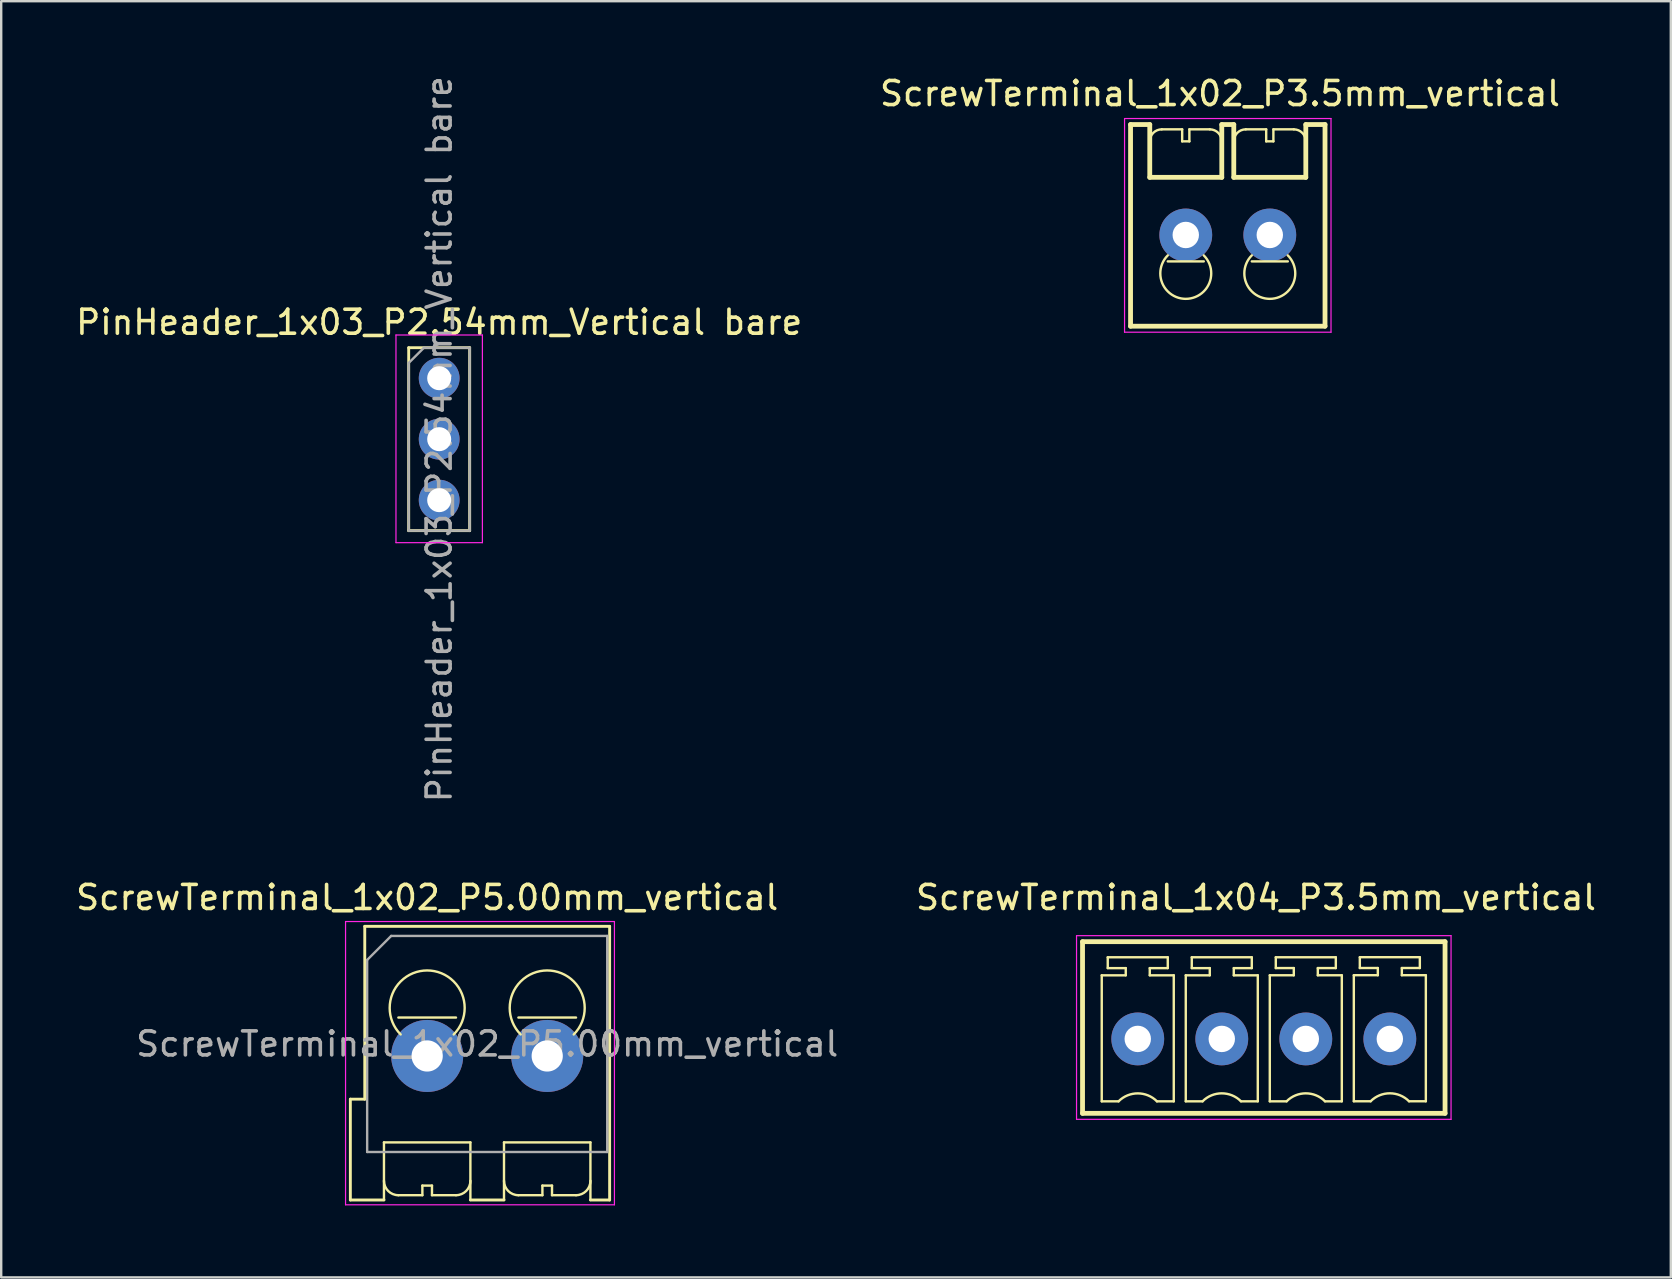
<source format=kicad_pcb>
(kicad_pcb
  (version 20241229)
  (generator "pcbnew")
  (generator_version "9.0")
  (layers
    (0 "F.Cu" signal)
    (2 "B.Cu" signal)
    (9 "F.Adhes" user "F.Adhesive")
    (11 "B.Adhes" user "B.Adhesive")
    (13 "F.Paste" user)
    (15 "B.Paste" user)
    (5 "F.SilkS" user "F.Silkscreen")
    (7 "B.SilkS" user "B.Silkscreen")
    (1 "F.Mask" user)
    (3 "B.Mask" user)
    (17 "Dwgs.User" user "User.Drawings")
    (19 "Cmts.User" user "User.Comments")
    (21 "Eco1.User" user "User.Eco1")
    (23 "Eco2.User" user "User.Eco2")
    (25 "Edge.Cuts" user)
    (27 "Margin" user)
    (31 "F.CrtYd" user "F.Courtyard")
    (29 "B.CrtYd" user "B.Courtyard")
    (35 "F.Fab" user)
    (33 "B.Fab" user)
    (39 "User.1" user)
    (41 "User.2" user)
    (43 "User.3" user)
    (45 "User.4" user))
  (footprint "PinHeader_1x03_P2.54mm_Vertical bare"
    (layer "F.Cu")
    (at 15.244 12.704)
    (property "Reference" "PinHeader_1x03_P2.54mm_Vertical bare" (at 0 -2.33 0) (layer "F.SilkS") (effects (font (size 1 1) (thickness 0.15))))
    (attr through_hole)
    (fp_line (start -1.27 -1.27) (end -1.27 6.35) (stroke (width 0.12) (type solid)) (layer "F.SilkS"))
    (fp_line (start -1.27 -1.27) (end 1.27 -1.27) (stroke (width 0.12) (type solid)) (layer "F.SilkS"))
    (fp_line (start -1.27 6.35) (end 1.27 6.35) (stroke (width 0.12) (type solid)) (layer "F.SilkS"))
    (fp_line (start 1.27 -1.27) (end 1.27 6.35) (stroke (width 0.12) (type solid)) (layer "F.SilkS"))
    (fp_line (start -1.8 -1.8) (end -1.8 6.85) (stroke (width 0.05) (type solid)) (layer "F.CrtYd"))
    (fp_line (start -1.8 6.85) (end 1.8 6.85) (stroke (width 0.05) (type solid)) (layer "F.CrtYd"))
    (fp_line (start 1.8 -1.8) (end -1.8 -1.8) (stroke (width 0.05) (type solid)) (layer "F.CrtYd"))
    (fp_line (start 1.8 6.85) (end 1.8 -1.8) (stroke (width 0.05) (type solid)) (layer "F.CrtYd"))
    (fp_line (start -1.27 -0.635) (end -0.635 -1.27) (stroke (width 0.1) (type solid)) (layer "F.Fab"))
    (fp_line (start -1.27 6.35) (end -1.27 -0.635) (stroke (width 0.1) (type solid)) (layer "F.Fab"))
    (fp_line (start -0.635 -1.27) (end 1.27 -1.27) (stroke (width 0.1) (type solid)) (layer "F.Fab"))
    (fp_line (start 1.27 -1.27) (end 1.27 6.35) (stroke (width 0.1) (type solid)) (layer "F.Fab"))
    (fp_line (start 1.27 6.35) (end -1.27 6.35) (stroke (width 0.1) (type solid)) (layer "F.Fab"))
    (fp_text user "${REFERENCE}" (at 0 2.54 90) (layer "F.Fab") (effects (font (size 1 1) (thickness 0.15))))
    (pad "1" thru_hole oval (at 0 0) (size 1.7 1.7) (drill 1) (layers "*.Cu" "*.Mask"))
    (pad "2" thru_hole oval (at 0 2.54) (size 1.7 1.7) (drill 1) (layers "*.Cu" "*.Mask"))
    (pad "3" thru_hole oval (at 0 5.08) (size 1.7 1.7) (drill 1) (layers "*.Cu" "*.Mask")))
  (footprint "ScrewTerminal_1x02_P5.00mm_vertical"
    (layer "F.Cu")
    (at 14.744 40.936)
    (property "Reference" "ScrewTerminal_1x02_P5.00mm_vertical" (at 0 -6.6 0) (layer "F.SilkS") (effects (font (size 1 1) (thickness 0.15))))
    (attr through_hole)
    (fp_line (start -3.2 1.8) (end -3.2 6) (stroke (width 0.12) (type solid)) (layer "F.SilkS"))
    (fp_line (start -3.2 1.8) (end -2.6 1.8) (stroke (width 0.12) (type solid)) (layer "F.SilkS"))
    (fp_line (start -3.2 6) (end -1.8 6) (stroke (width 0.12) (type solid)) (layer "F.SilkS"))
    (fp_line (start -2.6 -5.4) (end -2.6 1.8) (stroke (width 0.12) (type solid)) (layer "F.SilkS"))
    (fp_line (start -2.6 -5.4) (end 7.6 -5.4) (stroke (width 0.12) (type solid)) (layer "F.SilkS"))
    (fp_line (start -1.8 3.6) (end 1.8 3.6) (stroke (width 0.1) (type default)) (layer "F.SilkS"))
    (fp_line (start -1.8 6) (end -1.8 3.6) (stroke (width 0.1) (type default)) (layer "F.SilkS"))
    (fp_line (start -1.2 -1.6) (end 1.2 -1.6) (stroke (width 0.1) (type default)) (layer "F.SilkS"))
    (fp_line (start -1.2 5.8) (end -0.2 5.8) (stroke (width 0.1) (type default)) (layer "F.SilkS"))
    (fp_line (start -0.2 5.4) (end 0.2 5.4) (stroke (width 0.1) (type default)) (layer "F.SilkS"))
    (fp_line (start -0.2 5.8) (end -0.2 5.4) (stroke (width 0.1) (type default)) (layer "F.SilkS"))
    (fp_line (start 0.2 5.4) (end 0.2 5.8) (stroke (width 0.1) (type default)) (layer "F.SilkS"))
    (fp_line (start 0.2 5.8) (end 1.2 5.8) (stroke (width 0.1) (type default)) (layer "F.SilkS"))
    (fp_line (start 1.8 3.6) (end 1.8 6) (stroke (width 0.1) (type default)) (layer "F.SilkS"))
    (fp_line (start 1.8 6) (end 3.2 6) (stroke (width 0.12) (type solid)) (layer "F.SilkS"))
    (fp_line (start 3.2 3.6) (end 6.8 3.6) (stroke (width 0.1) (type default)) (layer "F.SilkS"))
    (fp_line (start 3.2 6) (end 3.2 3.6) (stroke (width 0.1) (type default)) (layer "F.SilkS"))
    (fp_line (start 3.8 -1.6) (end 6.2 -1.6) (stroke (width 0.1) (type default)) (layer "F.SilkS"))
    (fp_line (start 3.8 5.8) (end 4.8 5.8) (stroke (width 0.1) (type default)) (layer "F.SilkS"))
    (fp_line (start 4.8 5.4) (end 5.2 5.4) (stroke (width 0.1) (type default)) (layer "F.SilkS"))
    (fp_line (start 4.8 5.8) (end 4.8 5.4) (stroke (width 0.1) (type default)) (layer "F.SilkS"))
    (fp_line (start 5.2 5.4) (end 5.2 5.8) (stroke (width 0.1) (type default)) (layer "F.SilkS"))
    (fp_line (start 5.2 5.8) (end 6.2 5.8) (stroke (width 0.1) (type default)) (layer "F.SilkS"))
    (fp_line (start 6.8 3.6) (end 6.8 6) (stroke (width 0.1) (type default)) (layer "F.SilkS"))
    (fp_line (start 6.8 6) (end 7.6 6) (stroke (width 0.12) (type solid)) (layer "F.SilkS"))
    (fp_line (start 7.6 -5.4) (end 7.6 6) (stroke (width 0.12) (type solid)) (layer "F.SilkS"))
    (fp_arc (start -1.2 5.8) (mid -1.624264 5.624264) (end -1.8 5.2) (stroke (width 0.1) (type default)) (layer "F.SilkS"))
    (fp_arc (start -1.104535 -0.895465) (mid 0 -3.562048) (end 1.104535 -0.895465) (stroke (width 0.1) (type default)) (layer "F.SilkS"))
    (fp_arc (start 1.8 5.2) (mid 1.624264 5.624264) (end 1.2 5.8) (stroke (width 0.1) (type default)) (layer "F.SilkS"))
    (fp_arc (start 3.8 5.8) (mid 3.375736 5.624264) (end 3.2 5.2) (stroke (width 0.1) (type default)) (layer "F.SilkS"))
    (fp_arc (start 3.895465 -0.895465) (mid 5 -3.562048) (end 6.104535 -0.895465) (stroke (width 0.1) (type default)) (layer "F.SilkS"))
    (fp_arc (start 6.8 5.2) (mid 6.624264 5.624264) (end 6.2 5.8) (stroke (width 0.1) (type default)) (layer "F.SilkS"))
    (fp_line (start -3.4 -5.6) (end -3.4 6.2) (stroke (width 0.05) (type solid)) (layer "F.CrtYd"))
    (fp_line (start -3.4 -5.6) (end 7.8 -5.6) (stroke (width 0.05) (type solid)) (layer "F.CrtYd"))
    (fp_line (start -3.4 6.2) (end 7.8 6.2) (stroke (width 0.05) (type solid)) (layer "F.CrtYd"))
    (fp_line (start 7.8 -5.6) (end 7.8 6.2) (stroke (width 0.05) (type solid)) (layer "F.CrtYd"))
    (fp_line (start -2.5 -4) (end -1.5 -5) (stroke (width 0.1) (type solid)) (layer "F.Fab"))
    (fp_line (start -2.5 4) (end -2.5 -4) (stroke (width 0.1) (type solid)) (layer "F.Fab"))
    (fp_line (start -1.5 -5) (end 7.5 -5) (stroke (width 0.1) (type solid)) (layer "F.Fab"))
    (fp_line (start 7.5 -5) (end 7.5 4) (stroke (width 0.1) (type solid)) (layer "F.Fab"))
    (fp_line (start 7.5 4) (end -2.5 4) (stroke (width 0.1) (type solid)) (layer "F.Fab"))
    (fp_text user "${REFERENCE}" (at 2.5 -0.5 0) (layer "F.Fab") (effects (font (size 1 1) (thickness 0.15))))
    (pad "1" thru_hole circle (at 0 0) (size 3 3) (drill 1.3) (layers "*.Cu" "*.Mask"))
    (pad "2" thru_hole circle (at 5 0) (size 3 3) (drill 1.3) (layers "*.Cu" "*.Mask")))
  (footprint "ScrewTerminal_1x04_P3.5mm_vertical"
    (layer "F.Cu")
    (at 49.593 39.826)
    (property "Reference" "ScrewTerminal_1x04_P3.5mm_vertical" (at -0.325 -5.49 0) (layer "F.SilkS") (effects (font (size 1.001 1.001) (thickness 0.15))))
    (attr through_hole)
    (fp_line (start -7.55 -3.65) (end -7.55 3.5) (stroke (width 0.2) (type solid)) (layer "F.SilkS"))
    (fp_line (start -7.55 3.5) (end 7.55 3.5) (stroke (width 0.2) (type solid)) (layer "F.SilkS"))
    (fp_line (start -6.75 -2.25) (end -6.75 3) (stroke (width 0.1) (type default)) (layer "F.SilkS"))
    (fp_line (start -6.75 -2.25) (end -5.75 -2.25) (stroke (width 0.1) (type default)) (layer "F.SilkS"))
    (fp_line (start -6.75 3) (end -6.05 3) (stroke (width 0.1) (type default)) (layer "F.SilkS"))
    (fp_line (start -6.5 -3) (end -4 -3) (stroke (width 0.1) (type default)) (layer "F.SilkS"))
    (fp_line (start -6.5 -2.55) (end -6.5 -3) (stroke (width 0.1) (type default)) (layer "F.SilkS"))
    (fp_line (start -5.75 -2.55) (end -6.5 -2.55) (stroke (width 0.1) (type default)) (layer "F.SilkS"))
    (fp_line (start -5.75 -2.25) (end -5.75 -2.55) (stroke (width 0.1) (type default)) (layer "F.SilkS"))
    (fp_line (start -4.75 -2.55) (end -4.75 -2.25) (stroke (width 0.1) (type default)) (layer "F.SilkS"))
    (fp_line (start -4.75 -2.25) (end -3.75 -2.25) (stroke (width 0.1) (type default)) (layer "F.SilkS"))
    (fp_line (start -4.45 3) (end -3.75 3) (stroke (width 0.1) (type default)) (layer "F.SilkS"))
    (fp_line (start -4 -3) (end -4 -2.55) (stroke (width 0.1) (type default)) (layer "F.SilkS"))
    (fp_line (start -4 -2.55) (end -4.75 -2.55) (stroke (width 0.1) (type default)) (layer "F.SilkS"))
    (fp_line (start -3.75 3) (end -3.75 -2.25) (stroke (width 0.1) (type default)) (layer "F.SilkS"))
    (fp_line (start -3.25 -2.251) (end -3.25 2.999) (stroke (width 0.1) (type default)) (layer "F.SilkS"))
    (fp_line (start -3.25 -2.25) (end -2.25 -2.25) (stroke (width 0.1) (type default)) (layer "F.SilkS"))
    (fp_line (start -3.25 2.999) (end -2.55 2.999) (stroke (width 0.1) (type default)) (layer "F.SilkS"))
    (fp_line (start -3 -3) (end -0.5 -3) (stroke (width 0.1) (type default)) (layer "F.SilkS"))
    (fp_line (start -3 -2.55) (end -3 -3) (stroke (width 0.1) (type default)) (layer "F.SilkS"))
    (fp_line (start -2.25 -2.55) (end -3 -2.55) (stroke (width 0.1) (type default)) (layer "F.SilkS"))
    (fp_line (start -2.25 -2.25) (end -2.25 -2.55) (stroke (width 0.1) (type default)) (layer "F.SilkS"))
    (fp_line (start -1.25 -2.55) (end -1.25 -2.25) (stroke (width 0.1) (type default)) (layer "F.SilkS"))
    (fp_line (start -1.25 -2.25) (end -0.25 -2.25) (stroke (width 0.1) (type default)) (layer "F.SilkS"))
    (fp_line (start -0.95 2.999) (end -0.25 2.999) (stroke (width 0.1) (type default)) (layer "F.SilkS"))
    (fp_line (start -0.5 -3) (end -0.5 -2.55) (stroke (width 0.1) (type default)) (layer "F.SilkS"))
    (fp_line (start -0.5 -2.55) (end -1.25 -2.55) (stroke (width 0.1) (type default)) (layer "F.SilkS"))
    (fp_line (start -0.25 2.999) (end -0.25 -2.251) (stroke (width 0.1) (type default)) (layer "F.SilkS"))
    (fp_line (start 0.25 -2.251) (end 0.25 2.999) (stroke (width 0.1) (type default)) (layer "F.SilkS"))
    (fp_line (start 0.25 -2.251) (end 1.25 -2.251) (stroke (width 0.1) (type default)) (layer "F.SilkS"))
    (fp_line (start 0.25 2.999) (end 0.95 2.999) (stroke (width 0.1) (type default)) (layer "F.SilkS"))
    (fp_line (start 0.5 -3.001) (end 3 -3.001) (stroke (width 0.1) (type default)) (layer "F.SilkS"))
    (fp_line (start 0.5 -2.551) (end 0.5 -3.001) (stroke (width 0.1) (type default)) (layer "F.SilkS"))
    (fp_line (start 1.25 -2.551) (end 0.5 -2.551) (stroke (width 0.1) (type default)) (layer "F.SilkS"))
    (fp_line (start 1.25 -2.251) (end 1.25 -2.551) (stroke (width 0.1) (type default)) (layer "F.SilkS"))
    (fp_line (start 2.25 -2.551) (end 2.25 -2.251) (stroke (width 0.1) (type default)) (layer "F.SilkS"))
    (fp_line (start 2.25 -2.251) (end 3.25 -2.251) (stroke (width 0.1) (type default)) (layer "F.SilkS"))
    (fp_line (start 2.55 2.999) (end 3.25 2.999) (stroke (width 0.1) (type default)) (layer "F.SilkS"))
    (fp_line (start 3 -3.001) (end 3 -2.551) (stroke (width 0.1) (type default)) (layer "F.SilkS"))
    (fp_line (start 3 -2.551) (end 2.25 -2.551) (stroke (width 0.1) (type default)) (layer "F.SilkS"))
    (fp_line (start 3.25 2.999) (end 3.25 -2.251) (stroke (width 0.1) (type default)) (layer "F.SilkS"))
    (fp_line (start 3.75 -2.253) (end 3.75 2.997) (stroke (width 0.1) (type default)) (layer "F.SilkS"))
    (fp_line (start 3.75 -2.253) (end 4.75 -2.253) (stroke (width 0.1) (type default)) (layer "F.SilkS"))
    (fp_line (start 3.75 2.997) (end 4.45 2.997) (stroke (width 0.1) (type default)) (layer "F.SilkS"))
    (fp_line (start 4 -3.003) (end 6.5 -3.003) (stroke (width 0.1) (type default)) (layer "F.SilkS"))
    (fp_line (start 4 -2.553) (end 4 -3.003) (stroke (width 0.1) (type default)) (layer "F.SilkS"))
    (fp_line (start 4.75 -2.553) (end 4 -2.553) (stroke (width 0.1) (type default)) (layer "F.SilkS"))
    (fp_line (start 4.75 -2.253) (end 4.75 -2.553) (stroke (width 0.1) (type default)) (layer "F.SilkS"))
    (fp_line (start 5.75 -2.553) (end 5.75 -2.253) (stroke (width 0.1) (type default)) (layer "F.SilkS"))
    (fp_line (start 5.75 -2.253) (end 6.75 -2.253) (stroke (width 0.1) (type default)) (layer "F.SilkS"))
    (fp_line (start 6.05 2.997) (end 6.75 2.997) (stroke (width 0.1) (type default)) (layer "F.SilkS"))
    (fp_line (start 6.5 -3.003) (end 6.5 -2.553) (stroke (width 0.1) (type default)) (layer "F.SilkS"))
    (fp_line (start 6.5 -2.553) (end 5.75 -2.553) (stroke (width 0.1) (type default)) (layer "F.SilkS"))
    (fp_line (start 6.75 2.997) (end 6.75 -2.253) (stroke (width 0.1) (type default)) (layer "F.SilkS"))
    (fp_line (start 7.55 -3.65) (end -7.55 -3.65) (stroke (width 0.2) (type solid)) (layer "F.SilkS"))
    (fp_line (start 7.55 3.5) (end 7.55 -3.65) (stroke (width 0.2) (type solid)) (layer "F.SilkS"))
    (fp_arc (start -6.050077 3.000078) (mid -5.250055 2.668675) (end -4.45 3) (stroke (width 0.1) (type default)) (layer "F.SilkS"))
    (fp_arc (start -2.550077 2.998606) (mid -1.750055 2.667203) (end -0.95 2.998528) (stroke (width 0.1) (type default)) (layer "F.SilkS"))
    (fp_arc (start 0.949923 2.998606) (mid 1.749945 2.667203) (end 2.55 2.998528) (stroke (width 0.1) (type default)) (layer "F.SilkS"))
    (fp_arc (start 4.449962 2.997173) (mid 5.249973 2.665786) (end 6.05 2.997134) (stroke (width 0.1) (type default)) (layer "F.SilkS"))
    (fp_line (start -7.8 -3.9) (end 7.8 -3.9) (stroke (width 0.05) (type solid)) (layer "F.CrtYd"))
    (fp_line (start -7.8 3.75) (end -7.8 -3.9) (stroke (width 0.05) (type solid)) (layer "F.CrtYd"))
    (fp_line (start 7.8 -3.9) (end 7.8 3.75) (stroke (width 0.05) (type solid)) (layer "F.CrtYd"))
    (fp_line (start 7.8 3.75) (end -7.8 3.75) (stroke (width 0.05) (type solid)) (layer "F.CrtYd"))
    (pad "1" thru_hole circle (at -5.25 0.4) (size 2.2 2.2) (drill 1.1) (layers "*.Cu" "*.Mask"))
    (pad "2" thru_hole circle (at -1.75 0.4) (size 2.2 2.2) (drill 1.1) (layers "*.Cu" "*.Mask"))
    (pad "3" thru_hole circle (at 1.75 0.4) (size 2.2 2.2) (drill 1.1) (layers "*.Cu" "*.Mask"))
    (pad "4" thru_hole circle (at 5.25 0.4) (size 2.2 2.2) (drill 1.1) (layers "*.Cu" "*.Mask")))
  (footprint "ScrewTerminal_1x02_P3.5mm_vertical"
    (layer "F.Cu")
    (at 48.093 6.338)
    (property "Reference" "ScrewTerminal_1x02_P3.5mm_vertical" (at -0.325 -5.49 0) (layer "F.SilkS") (effects (font (size 1.001 1.001) (thickness 0.15))))
    (attr through_hole)
    (fp_line (start -4.05 -4.2) (end -4.05 4.2) (stroke (width 0.2) (type solid)) (layer "F.SilkS"))
    (fp_line (start -4.05 4.2) (end 4.05 4.2) (stroke (width 0.2) (type solid)) (layer "F.SilkS"))
    (fp_line (start -3.25 -4.2) (end -4.05 -4.2) (stroke (width 0.2) (type solid)) (layer "F.SilkS"))
    (fp_line (start -3.25 -2) (end -3.25 -4.2) (stroke (width 0.2) (type solid)) (layer "F.SilkS"))
    (fp_line (start -2.75 -4) (end -1.9 -4) (stroke (width 0.1) (type default)) (layer "F.SilkS"))
    (fp_line (start -2.5 1.5) (end -1 1.5) (stroke (width 0.1) (type default)) (layer "F.SilkS"))
    (fp_line (start -1.9 -4) (end -1.9 -3.5) (stroke (width 0.1) (type default)) (layer "F.SilkS"))
    (fp_line (start -1.9 -3.5) (end -1.6 -3.5) (stroke (width 0.1) (type default)) (layer "F.SilkS"))
    (fp_line (start -1.6 -4) (end -0.75 -4) (stroke (width 0.1) (type default)) (layer "F.SilkS"))
    (fp_line (start -1.6 -3.5) (end -1.6 -4) (stroke (width 0.1) (type default)) (layer "F.SilkS"))
    (fp_line (start -0.25 -2) (end -3.25 -2) (stroke (width 0.2) (type solid)) (layer "F.SilkS"))
    (fp_line (start -0.25 -2) (end -0.25 -4.2) (stroke (width 0.2) (type solid)) (layer "F.SilkS"))
    (fp_line (start 0.25 -4.2) (end -0.25 -4.2) (stroke (width 0.2) (type solid)) (layer "F.SilkS"))
    (fp_line (start 0.25 -2) (end 0.25 -4.2) (stroke (width 0.2) (type solid)) (layer "F.SilkS"))
    (fp_line (start 0.75 -4) (end 1.6 -4) (stroke (width 0.1) (type default)) (layer "F.SilkS"))
    (fp_line (start 1 1.5) (end 2.5 1.5) (stroke (width 0.1) (type default)) (layer "F.SilkS"))
    (fp_line (start 1.6 -4) (end 1.6 -3.5) (stroke (width 0.1) (type default)) (layer "F.SilkS"))
    (fp_line (start 1.6 -3.5) (end 1.9 -3.5) (stroke (width 0.1) (type default)) (layer "F.SilkS"))
    (fp_line (start 1.9 -4) (end 2.75 -4) (stroke (width 0.1) (type default)) (layer "F.SilkS"))
    (fp_line (start 1.9 -3.5) (end 1.9 -4) (stroke (width 0.1) (type default)) (layer "F.SilkS"))
    (fp_line (start 3.25 -2) (end 0.25 -2) (stroke (width 0.2) (type solid)) (layer "F.SilkS"))
    (fp_line (start 3.25 -2) (end 3.25 -4.2) (stroke (width 0.2) (type solid)) (layer "F.SilkS"))
    (fp_line (start 4.05 -4.2) (end 3.25 -4.2) (stroke (width 0.2) (type solid)) (layer "F.SilkS"))
    (fp_line (start 4.05 4.2) (end 4.05 -4.2) (stroke (width 0.2) (type solid)) (layer "F.SilkS"))
    (fp_arc (start -3.25 -3.5) (mid -3.103553 -3.853553) (end -2.75 -4) (stroke (width 0.1) (type default)) (layer "F.SilkS"))
    (fp_arc (start -1 1.25) (mid -1.75 3.06066) (end -2.5 1.25) (stroke (width 0.1) (type default)) (layer "F.SilkS"))
    (fp_arc (start -0.75 -3.999998) (mid -0.396447 -3.853552) (end -0.250001 -3.499999) (stroke (width 0.1) (type default)) (layer "F.SilkS"))
    (fp_arc (start 0.25 -3.5) (mid 0.396447 -3.853553) (end 0.75 -4) (stroke (width 0.1) (type default)) (layer "F.SilkS"))
    (fp_arc (start 2.5 1.25) (mid 1.75 3.06066) (end 1 1.25) (stroke (width 0.1) (type default)) (layer "F.SilkS"))
    (fp_arc (start 2.75 -3.999998) (mid 3.103553 -3.853552) (end 3.249999 -3.499999) (stroke (width 0.1) (type default)) (layer "F.SilkS"))
    (fp_line (start -4.3 -4.45) (end 4.3 -4.45) (stroke (width 0.05) (type solid)) (layer "F.CrtYd"))
    (fp_line (start -4.3 4.45) (end -4.3 -4.45) (stroke (width 0.05) (type solid)) (layer "F.CrtYd"))
    (fp_line (start 4.3 -4.45) (end 4.3 4.45) (stroke (width 0.05) (type solid)) (layer "F.CrtYd"))
    (fp_line (start 4.3 4.45) (end -4.3 4.45) (stroke (width 0.05) (type solid)) (layer "F.CrtYd"))
    (pad "1" thru_hole circle (at -1.75 0.4) (size 2.2 2.2) (drill 1.1) (layers "*.Cu" "*.Mask"))
    (pad "2" thru_hole circle (at 1.75 0.4) (size 2.2 2.2) (drill 1.1) (layers "*.Cu" "*.Mask")))
  (gr_rect
    (start -3 -3)
    (end 66.547 50.161)
    (stroke (width 0.1) (type default))
    (fill no)
    (layer "Edge.Cuts")))
</source>
